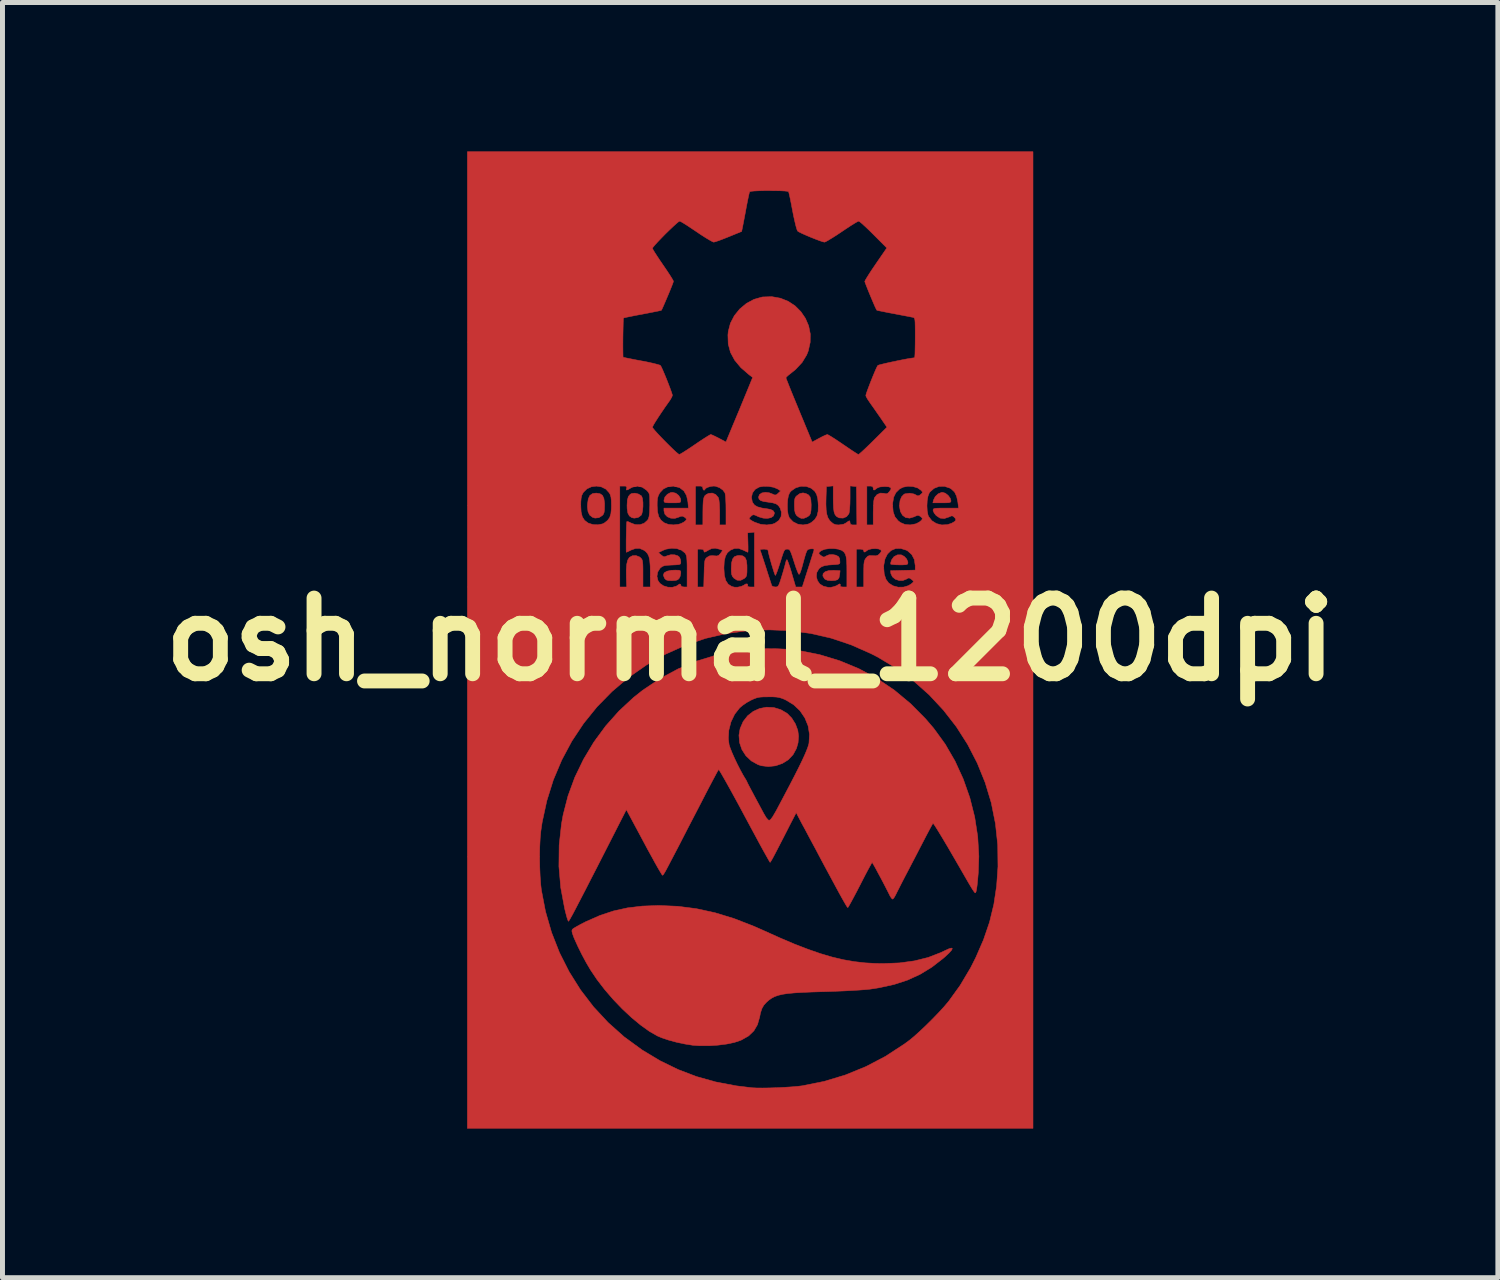
<source format=kicad_pcb>
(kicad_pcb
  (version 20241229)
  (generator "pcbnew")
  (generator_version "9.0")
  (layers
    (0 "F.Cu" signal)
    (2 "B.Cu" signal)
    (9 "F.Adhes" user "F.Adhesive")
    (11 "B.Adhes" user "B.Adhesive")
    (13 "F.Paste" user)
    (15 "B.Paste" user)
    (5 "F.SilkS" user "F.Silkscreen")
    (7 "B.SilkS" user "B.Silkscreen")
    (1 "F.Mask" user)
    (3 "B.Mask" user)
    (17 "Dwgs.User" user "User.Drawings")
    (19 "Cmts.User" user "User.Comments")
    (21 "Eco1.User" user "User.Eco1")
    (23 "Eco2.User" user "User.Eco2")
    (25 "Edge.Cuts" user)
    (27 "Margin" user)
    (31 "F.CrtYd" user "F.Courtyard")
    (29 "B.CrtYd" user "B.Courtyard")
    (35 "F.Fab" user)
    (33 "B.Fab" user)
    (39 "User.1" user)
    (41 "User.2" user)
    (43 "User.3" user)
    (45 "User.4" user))
  (footprint "osh_normal_1200dpi"
    (layer "F.Cu")
    (at 12.054 9.826)
    (property "Reference" "osh_normal_1200dpi" (at 0 0 0) (layer "F.SilkS") (effects (font (size 1.524 1.524) (thickness 0.3))))
    (attr through_hole)
    (fp_poly (pts (xy 1.686 -1.393) (xy 1.81 -1.386) (xy 1.802 -1.312) (xy 1.789 -1.245) (xy 1.761 -1.206) (xy 1.707 -1.189) (xy 1.641 -1.185) (xy 1.561 -1.191) (xy 1.511 -1.211) (xy 1.496 -1.224) (xy 1.463 -1.28) (xy 1.469 -1.328) (xy 1.51 -1.365) (xy 1.581 -1.388) (xy 1.68 -1.393) (xy 1.686 -1.393)) (stroke (width 0.01) (type solid)) (fill yes) (layer "F.Cu"))
    (fp_poly (pts (xy 3.929 -2.946) (xy 3.986 -2.901) (xy 4.028 -2.844) (xy 4.043 -2.792) (xy 4.039 -2.773) (xy 4.023 -2.761) (xy 3.985 -2.754) (xy 3.918 -2.752) (xy 3.861 -2.752) (xy 3.678 -2.752) (xy 3.692 -2.81) (xy 3.726 -2.878) (xy 3.784 -2.933) (xy 3.853 -2.962) (xy 3.873 -2.963) (xy 3.929 -2.946)) (stroke (width 0.01) (type solid)) (fill yes) (layer "F.Cu"))
    (fp_poly (pts (xy -1.498 -2.946) (xy -1.44 -2.901) (xy -1.403 -2.841) (xy -1.397 -2.806) (xy -1.399 -2.779) (xy -1.41 -2.763) (xy -1.438 -2.755) (xy -1.493 -2.752) (xy -1.566 -2.752) (xy -1.65 -2.752) (xy -1.701 -2.756) (xy -1.726 -2.765) (xy -1.735 -2.782) (xy -1.736 -2.806) (xy -1.717 -2.869) (xy -1.668 -2.924) (xy -1.604 -2.958) (xy -1.566 -2.963) (xy -1.498 -2.946)) (stroke (width 0.01) (type solid)) (fill yes) (layer "F.Cu"))
    (fp_poly (pts (xy -1.446 -1.396) (xy -1.412 -1.389) (xy -1.399 -1.37) (xy -1.397 -1.338) (xy -1.409 -1.275) (xy -1.43 -1.232) (xy -1.458 -1.204) (xy -1.499 -1.19) (xy -1.566 -1.185) (xy -1.578 -1.185) (xy -1.648 -1.188) (xy -1.691 -1.2) (xy -1.718 -1.226) (xy -1.725 -1.235) (xy -1.748 -1.295) (xy -1.732 -1.342) (xy -1.677 -1.375) (xy -1.587 -1.394) (xy -1.512 -1.397) (xy -1.446 -1.396)) (stroke (width 0.01) (type solid)) (fill yes) (layer "F.Cu"))
    (fp_poly (pts (xy -3.024 -2.936) (xy -2.974 -2.902) (xy -2.945 -2.839) (xy -2.932 -2.744) (xy -2.932 -2.699) (xy -2.934 -2.612) (xy -2.942 -2.556) (xy -2.958 -2.519) (xy -2.974 -2.5) (xy -3.045 -2.454) (xy -3.123 -2.445) (xy -3.175 -2.461) (xy -3.232 -2.506) (xy -3.265 -2.574) (xy -3.277 -2.671) (xy -3.275 -2.726) (xy -3.26 -2.831) (xy -3.227 -2.901) (xy -3.172 -2.939) (xy -3.099 -2.948) (xy -3.024 -2.936)) (stroke (width 0.01) (type solid)) (fill yes) (layer "F.Cu"))
    (fp_poly (pts (xy 3.041 -1.705) (xy 3.102 -1.673) (xy 3.151 -1.62) (xy 3.175 -1.561) (xy 3.175 -1.552) (xy 3.173 -1.527) (xy 3.16 -1.513) (xy 3.128 -1.506) (xy 3.068 -1.503) (xy 3.007 -1.503) (xy 2.927 -1.505) (xy 2.865 -1.51) (xy 2.831 -1.517) (xy 2.829 -1.519) (xy 2.83 -1.547) (xy 2.845 -1.596) (xy 2.848 -1.604) (xy 2.895 -1.668) (xy 2.963 -1.704) (xy 3.04 -1.705) (xy 3.041 -1.705)) (stroke (width 0.01) (type solid)) (fill yes) (layer "F.Cu"))
    (fp_poly (pts (xy -2.251 -2.93) (xy -2.195 -2.896) (xy -2.185 -2.885) (xy -2.168 -2.837) (xy -2.159 -2.762) (xy -2.159 -2.676) (xy -2.167 -2.592) (xy -2.182 -2.527) (xy -2.196 -2.501) (xy -2.259 -2.456) (xy -2.336 -2.444) (xy -2.385 -2.455) (xy -2.433 -2.489) (xy -2.463 -2.546) (xy -2.477 -2.634) (xy -2.479 -2.699) (xy -2.473 -2.807) (xy -2.452 -2.88) (xy -2.414 -2.925) (xy -2.385 -2.94) (xy -2.321 -2.947) (xy -2.251 -2.93)) (stroke (width 0.01) (type solid)) (fill yes) (layer "F.Cu"))
    (fp_poly (pts (xy -0.15 -1.684) (xy -0.104 -1.652) (xy -0.077 -1.592) (xy -0.065 -1.499) (xy -0.064 -1.441) (xy -0.065 -1.356) (xy -0.07 -1.301) (xy -0.082 -1.267) (xy -0.104 -1.242) (xy -0.119 -1.229) (xy -0.194 -1.191) (xy -0.265 -1.195) (xy -0.329 -1.237) (xy -0.358 -1.272) (xy -0.374 -1.313) (xy -0.38 -1.373) (xy -0.381 -1.429) (xy -0.375 -1.543) (xy -0.354 -1.621) (xy -0.316 -1.669) (xy -0.257 -1.69) (xy -0.217 -1.693) (xy -0.15 -1.684)) (stroke (width 0.01) (type solid)) (fill yes) (layer "F.Cu"))
    (fp_poly (pts (xy 1.122 -2.939) (xy 1.173 -2.913) (xy 1.205 -2.874) (xy 1.222 -2.811) (xy 1.228 -2.717) (xy 1.228 -2.702) (xy 1.225 -2.608) (xy 1.216 -2.546) (xy 1.197 -2.506) (xy 1.163 -2.477) (xy 1.141 -2.465) (xy 1.078 -2.439) (xy 1.027 -2.44) (xy 0.984 -2.46) (xy 0.937 -2.495) (xy 0.908 -2.541) (xy 0.894 -2.608) (xy 0.89 -2.7) (xy 0.891 -2.783) (xy 0.899 -2.835) (xy 0.915 -2.87) (xy 0.937 -2.893) (xy 1.002 -2.94) (xy 1.064 -2.952) (xy 1.122 -2.939)) (stroke (width 0.01) (type solid)) (fill yes) (layer "F.Cu"))
    (fp_poly (pts (xy 0.474 1.369) (xy 0.616 1.412) (xy 0.745 1.488) (xy 0.837 1.582) (xy 0.911 1.7) (xy 0.959 1.83) (xy 0.974 1.944) (xy 0.964 2.079) (xy 0.931 2.194) (xy 0.871 2.305) (xy 0.86 2.322) (xy 0.767 2.421) (xy 0.648 2.495) (xy 0.512 2.542) (xy 0.367 2.558) (xy 0.225 2.541) (xy 0.158 2.519) (xy 0.023 2.444) (xy -0.086 2.341) (xy -0.166 2.216) (xy -0.214 2.076) (xy -0.226 1.927) (xy -0.203 1.794) (xy -0.142 1.652) (xy -0.052 1.536) (xy 0.061 1.447) (xy 0.19 1.389) (xy 0.33 1.362) (xy 0.474 1.369)) (stroke (width 0.01) (type solid)) (fill yes) (layer "F.Cu"))
    (fp_poly (pts (xy -1.457 5.371) (xy -1.083 5.419) (xy -0.707 5.501) (xy -0.324 5.618) (xy 0.07 5.771) (xy 0.265 5.857) (xy 0.594 6.005) (xy 0.892 6.132) (xy 1.165 6.237) (xy 1.416 6.324) (xy 1.653 6.394) (xy 1.878 6.447) (xy 2.097 6.485) (xy 2.315 6.51) (xy 2.537 6.522) (xy 2.678 6.524) (xy 3.006 6.511) (xy 3.307 6.47) (xy 3.584 6.401) (xy 3.842 6.301) (xy 3.917 6.265) (xy 4.002 6.226) (xy 4.053 6.212) (xy 4.07 6.222) (xy 4.054 6.255) (xy 4.005 6.31) (xy 3.923 6.387) (xy 3.88 6.424) (xy 3.655 6.598) (xy 3.42 6.741) (xy 3.17 6.856) (xy 2.897 6.945) (xy 2.596 7.011) (xy 2.416 7.039) (xy 2.33 7.048) (xy 2.209 7.057) (xy 2.061 7.066) (xy 1.892 7.075) (xy 1.711 7.082) (xy 1.523 7.089) (xy 1.471 7.09) (xy 1.24 7.097) (xy 1.048 7.105) (xy 0.888 7.115) (xy 0.757 7.127) (xy 0.651 7.143) (xy 0.564 7.164) (xy 0.493 7.189) (xy 0.432 7.221) (xy 0.378 7.259) (xy 0.331 7.3) (xy 0.275 7.361) (xy 0.236 7.43) (xy 0.207 7.519) (xy 0.191 7.6) (xy 0.147 7.754) (xy 0.074 7.879) (xy -0.032 7.981) (xy -0.173 8.061) (xy -0.197 8.072) (xy -0.322 8.113) (xy -0.477 8.145) (xy -0.651 8.167) (xy -0.833 8.179) (xy -1.01 8.179) (xy -1.154 8.169) (xy -1.313 8.144) (xy -1.479 8.109) (xy -1.639 8.066) (xy -1.779 8.019) (xy -1.867 7.982) (xy -2.029 7.889) (xy -2.205 7.763) (xy -2.389 7.611) (xy -2.574 7.438) (xy -2.755 7.249) (xy -2.927 7.05) (xy -3.084 6.846) (xy -3.213 6.654) (xy -3.3 6.507) (xy -3.389 6.341) (xy -3.472 6.173) (xy -3.541 6.02) (xy -3.555 5.985) (xy -3.581 5.912) (xy -3.59 5.867) (xy -3.582 5.838) (xy -3.577 5.832) (xy -3.549 5.811) (xy -3.491 5.777) (xy -3.411 5.733) (xy -3.316 5.684) (xy -3.294 5.674) (xy -3.024 5.555) (xy -2.753 5.465) (xy -2.472 5.403) (xy -2.173 5.367) (xy -1.846 5.355) (xy -1.834 5.355) (xy -1.457 5.371)) (stroke (width 0.01) (type solid)) (fill yes) (layer "F.Cu"))
    (fp_poly (pts (xy 0.546 0.186) (xy 0.748 0.196) (xy 0.927 0.213) (xy 0.974 0.22) (xy 1.396 0.304) (xy 1.801 0.427) (xy 2.188 0.587) (xy 2.555 0.785) (xy 2.903 1.02) (xy 3.229 1.291) (xy 3.532 1.597) (xy 3.696 1.789) (xy 3.925 2.104) (xy 4.123 2.445) (xy 4.289 2.807) (xy 4.422 3.185) (xy 4.52 3.573) (xy 4.581 3.968) (xy 4.604 4.362) (xy 4.593 4.69) (xy 4.58 4.839) (xy 4.569 4.95) (xy 4.558 5.027) (xy 4.548 5.075) (xy 4.536 5.098) (xy 4.529 5.101) (xy 4.513 5.084) (xy 4.48 5.037) (xy 4.437 4.967) (xy 4.388 4.884) (xy 4.229 4.608) (xy 4.09 4.368) (xy 3.972 4.165) (xy 3.873 3.999) (xy 3.795 3.87) (xy 3.737 3.777) (xy 3.699 3.72) (xy 3.681 3.7) (xy 3.68 3.7) (xy 3.666 3.723) (xy 3.636 3.777) (xy 3.594 3.856) (xy 3.542 3.954) (xy 3.491 4.053) (xy 3.417 4.195) (xy 3.335 4.354) (xy 3.251 4.515) (xy 3.175 4.661) (xy 3.149 4.71) (xy 3.09 4.823) (xy 3.034 4.932) (xy 2.986 5.027) (xy 2.95 5.098) (xy 2.936 5.127) (xy 2.906 5.183) (xy 2.879 5.219) (xy 2.868 5.227) (xy 2.846 5.21) (xy 2.818 5.167) (xy 2.814 5.159) (xy 2.777 5.085) (xy 2.731 4.995) (xy 2.68 4.896) (xy 2.626 4.794) (xy 2.573 4.696) (xy 2.527 4.61) (xy 2.489 4.542) (xy 2.464 4.5) (xy 2.455 4.488) (xy 2.443 4.506) (xy 2.415 4.557) (xy 2.372 4.635) (xy 2.319 4.735) (xy 2.258 4.853) (xy 2.212 4.943) (xy 2.147 5.069) (xy 2.087 5.182) (xy 2.036 5.277) (xy 1.997 5.347) (xy 1.972 5.389) (xy 1.965 5.397) (xy 1.954 5.386) (xy 1.932 5.352) (xy 1.897 5.292) (xy 1.847 5.204) (xy 1.783 5.088) (xy 1.704 4.942) (xy 1.607 4.762) (xy 1.492 4.549) (xy 1.386 4.35) (xy 1.314 4.213) (xy 1.243 4.082) (xy 1.179 3.962) (xy 1.126 3.862) (xy 1.086 3.787) (xy 1.069 3.757) (xy 1.027 3.679) (xy 0.988 3.604) (xy 0.964 3.558) (xy 0.927 3.486) (xy 0.802 3.727) (xy 0.741 3.847) (xy 0.67 3.986) (xy 0.598 4.125) (xy 0.545 4.228) (xy 0.496 4.322) (xy 0.454 4.401) (xy 0.421 4.458) (xy 0.403 4.486) (xy 0.401 4.487) (xy 0.389 4.469) (xy 0.359 4.417) (xy 0.313 4.335) (xy 0.252 4.226) (xy 0.18 4.094) (xy 0.098 3.941) (xy 0.007 3.773) (xy -0.09 3.592) (xy -0.116 3.544) (xy -0.214 3.361) (xy -0.307 3.19) (xy -0.392 3.035) (xy -0.467 2.9) (xy -0.531 2.787) (xy -0.581 2.7) (xy -0.616 2.643) (xy -0.634 2.619) (xy -0.635 2.618) (xy -0.644 2.632) (xy -0.661 2.66) (xy -0.686 2.706) (xy -0.721 2.772) (xy -0.768 2.86) (xy -0.828 2.974) (xy -0.901 3.114) (xy -0.989 3.285) (xy -1.094 3.488) (xy -1.217 3.725) (xy -1.245 3.778) (xy -1.356 3.994) (xy -1.449 4.175) (xy -1.527 4.324) (xy -1.59 4.444) (xy -1.64 4.54) (xy -1.678 4.612) (xy -1.707 4.666) (xy -1.729 4.702) (xy -1.743 4.726) (xy -1.754 4.739) (xy -1.761 4.744) (xy -1.766 4.746) (xy -1.767 4.746) (xy -1.781 4.727) (xy -1.812 4.676) (xy -1.859 4.596) (xy -1.918 4.491) (xy -1.987 4.365) (xy -2.065 4.224) (xy -2.139 4.085) (xy -2.493 3.425) (xy -2.826 4.078) (xy -2.974 4.368) (xy -3.104 4.623) (xy -3.218 4.844) (xy -3.315 5.034) (xy -3.398 5.194) (xy -3.467 5.327) (xy -3.523 5.435) (xy -3.568 5.52) (xy -3.603 5.583) (xy -3.628 5.628) (xy -3.646 5.657) (xy -3.656 5.671) (xy -3.659 5.673) (xy -3.67 5.653) (xy -3.688 5.601) (xy -3.709 5.523) (xy -3.733 5.427) (xy -3.734 5.425) (xy -3.814 4.996) (xy -3.851 4.568) (xy -3.846 4.14) (xy -3.799 3.713) (xy -3.766 3.53) (xy -3.668 3.149) (xy -3.531 2.775) (xy -3.356 2.413) (xy -3.148 2.066) (xy -3.096 1.995) (xy -0.44 1.995) (xy -0.424 2.119) (xy -0.402 2.186) (xy -0.365 2.279) (xy -0.316 2.39) (xy -0.26 2.507) (xy -0.202 2.621) (xy -0.147 2.722) (xy -0.115 2.776) (xy -0.084 2.826) (xy -0.066 2.86) (xy -0.064 2.866) (xy -0.054 2.888) (xy -0.028 2.939) (xy 0.011 3.013) (xy 0.059 3.103) (xy 0.071 3.126) (xy 0.129 3.234) (xy 0.187 3.342) (xy 0.238 3.437) (xy 0.276 3.508) (xy 0.323 3.587) (xy 0.363 3.632) (xy 0.383 3.641) (xy 0.412 3.623) (xy 0.453 3.568) (xy 0.508 3.474) (xy 0.536 3.424) (xy 0.673 3.165) (xy 0.791 2.941) (xy 0.891 2.748) (xy 0.974 2.584) (xy 1.041 2.447) (xy 1.094 2.333) (xy 1.133 2.241) (xy 1.161 2.167) (xy 1.179 2.109) (xy 1.184 2.085) (xy 1.194 1.909) (xy 1.166 1.738) (xy 1.101 1.578) (xy 1.003 1.434) (xy 0.874 1.312) (xy 0.724 1.221) (xy 0.654 1.189) (xy 0.595 1.17) (xy 0.535 1.159) (xy 0.457 1.154) (xy 0.37 1.154) (xy 0.269 1.155) (xy 0.195 1.16) (xy 0.135 1.172) (xy 0.076 1.194) (xy 0.018 1.22) (xy -0.069 1.268) (xy -0.154 1.327) (xy -0.212 1.376) (xy -0.313 1.505) (xy -0.387 1.659) (xy -0.43 1.826) (xy -0.44 1.995) (xy -3.096 1.995) (xy -2.909 1.74) (xy -2.641 1.439) (xy -2.348 1.167) (xy -2.164 1.021) (xy -1.816 0.787) (xy -1.453 0.592) (xy -1.074 0.433) (xy -0.674 0.311) (xy -0.251 0.223) (xy -0.233 0.22) (xy -0.069 0.201) (xy 0.125 0.189) (xy 0.334 0.184) (xy 0.546 0.186)) (stroke (width 0.01) (type solid)) (fill yes) (layer "F.Cu"))
    (fp_poly (pts (xy 5.694 9.842) (xy -5.694 9.842) (xy -5.694 4.376) (xy -4.24 4.376) (xy -4.237 4.576) (xy -4.229 4.768) (xy -4.216 4.94) (xy -4.205 5.039) (xy -4.121 5.476) (xy -3.999 5.898) (xy -3.84 6.303) (xy -3.645 6.689) (xy -3.416 7.054) (xy -3.154 7.396) (xy -2.86 7.712) (xy -2.537 8) (xy -2.184 8.258) (xy -2.17 8.267) (xy -1.814 8.481) (xy -1.453 8.657) (xy -1.081 8.799) (xy -0.691 8.908) (xy -0.28 8.986) (xy 0.042 9.025) (xy 0.131 9.029) (xy 0.25 9.03) (xy 0.392 9.028) (xy 0.544 9.023) (xy 0.698 9.015) (xy 0.842 9.006) (xy 0.965 8.995) (xy 1.048 8.985) (xy 1.49 8.896) (xy 1.917 8.767) (xy 2.328 8.599) (xy 2.722 8.393) (xy 3.098 8.148) (xy 3.207 8.068) (xy 3.302 7.99) (xy 3.416 7.887) (xy 3.542 7.768) (xy 3.67 7.641) (xy 3.793 7.514) (xy 3.903 7.394) (xy 3.991 7.29) (xy 3.993 7.288) (xy 4.227 6.964) (xy 4.438 6.609) (xy 4.542 6.403) (xy 4.698 6.044) (xy 4.819 5.69) (xy 4.906 5.332) (xy 4.962 4.959) (xy 4.989 4.572) (xy 4.984 4.136) (xy 4.938 3.707) (xy 4.854 3.287) (xy 4.731 2.88) (xy 4.572 2.488) (xy 4.378 2.112) (xy 4.151 1.756) (xy 3.891 1.422) (xy 3.602 1.112) (xy 3.282 0.828) (xy 2.936 0.574) (xy 2.563 0.351) (xy 2.434 0.285) (xy 2.034 0.108) (xy 1.629 -0.028) (xy 1.215 -0.123) (xy 0.79 -0.179) (xy 0.381 -0.195) (xy -0.061 -0.176) (xy -0.486 -0.119) (xy -0.898 -0.023) (xy -1.299 0.113) (xy -1.693 0.29) (xy -1.704 0.295) (xy -2.09 0.514) (xy -2.45 0.765) (xy -2.781 1.046) (xy -3.083 1.354) (xy -3.353 1.688) (xy -3.591 2.046) (xy -3.794 2.426) (xy -3.963 2.826) (xy -4.094 3.244) (xy -4.188 3.677) (xy -4.214 3.852) (xy -4.228 4.001) (xy -4.237 4.18) (xy -4.24 4.376) (xy -5.694 4.376) (xy -5.694 -2.7) (xy -3.411 -2.7) (xy -3.404 -2.569) (xy -3.38 -2.471) (xy -3.335 -2.4) (xy -3.268 -2.349) (xy -3.254 -2.342) (xy -3.164 -2.314) (xy -3.065 -2.31) (xy -2.974 -2.328) (xy -2.935 -2.347) (xy -2.871 -2.398) (xy -2.829 -2.455) (xy -2.805 -2.531) (xy -2.795 -2.633) (xy -2.794 -2.696) (xy -2.796 -2.797) (xy -2.803 -2.866) (xy -2.818 -2.918) (xy -2.837 -2.953) (xy -2.905 -3.028) (xy -2.995 -3.073) (xy -3.095 -3.089) (xy -3.195 -3.076) (xy -3.287 -3.034) (xy -3.359 -2.963) (xy -3.366 -2.951) (xy -3.39 -2.904) (xy -3.403 -2.849) (xy -3.41 -2.772) (xy -3.411 -2.7) (xy -5.694 -2.7) (xy -5.694 -3.09) (xy -2.625 -3.09) (xy -2.625 -1.058) (xy -2.487 -1.058) (xy -2.494 -1.243) (xy -2.495 -1.398) (xy -2.486 -1.515) (xy -2.466 -1.599) (xy -2.433 -1.652) (xy -2.433 -1.653) (xy -2.371 -1.687) (xy -2.298 -1.69) (xy -2.228 -1.663) (xy -2.208 -1.647) (xy -2.188 -1.626) (xy -2.174 -1.601) (xy -2.166 -1.564) (xy -2.161 -1.508) (xy -2.159 -1.425) (xy -2.159 -1.33) (xy -2.159 -1.058) (xy -2.011 -1.058) (xy -2.011 -1.273) (xy -1.877 -1.273) (xy -1.857 -1.188) (xy -1.818 -1.131) (xy -1.745 -1.081) (xy -1.656 -1.054) (xy -1.565 -1.052) (xy -1.486 -1.075) (xy -1.459 -1.093) (xy -1.419 -1.119) (xy -1.4 -1.11) (xy -1.397 -1.09) (xy -1.378 -1.065) (xy -1.333 -1.058) (xy -1.27 -1.058) (xy -1.27 -1.373) (xy -1.27 -1.497) (xy -1.273 -1.586) (xy -1.277 -1.647) (xy -1.285 -1.689) (xy -1.297 -1.719) (xy -1.313 -1.743) (xy -1.383 -1.799) (xy -1.445 -1.82) (xy -1.058 -1.82) (xy -1.058 -1.058) (xy -0.935 -1.058) (xy -0.928 -1.335) (xy -0.925 -1.439) (xy -0.529 -1.439) (xy -0.52 -1.296) (xy -0.492 -1.188) (xy -0.442 -1.113) (xy -0.371 -1.068) (xy -0.316 -1.054) (xy -0.251 -1.054) (xy -0.182 -1.069) (xy -0.128 -1.093) (xy -0.119 -1.1) (xy -0.085 -1.12) (xy -0.056 -1.118) (xy -0.048 -1.095) (xy -0.05 -1.09) (xy -0.049 -1.068) (xy -0.017 -1.059) (xy 0.011 -1.058) (xy 0.085 -1.058) (xy 0.085 -1.803) (xy 0.198 -1.803) (xy 0.208 -1.779) (xy 0.228 -1.72) (xy 0.256 -1.636) (xy 0.29 -1.532) (xy 0.317 -1.449) (xy 0.353 -1.335) (xy 0.386 -1.234) (xy 0.412 -1.154) (xy 0.429 -1.101) (xy 0.434 -1.085) (xy 0.459 -1.066) (xy 0.506 -1.058) (xy 0.535 -1.06) (xy 0.557 -1.07) (xy 0.575 -1.096) (xy 0.595 -1.145) (xy 0.621 -1.224) (xy 0.634 -1.267) (xy 0.663 -1.362) (xy 0.688 -1.45) (xy 0.706 -1.517) (xy 0.712 -1.542) (xy 0.725 -1.588) (xy 0.739 -1.609) (xy 0.74 -1.609) (xy 0.751 -1.59) (xy 0.771 -1.537) (xy 0.798 -1.459) (xy 0.828 -1.362) (xy 0.836 -1.333) (xy 0.917 -1.058) (xy 1.049 -1.058) (xy 1.116 -1.268) (xy 1.332 -1.268) (xy 1.354 -1.186) (xy 1.402 -1.118) (xy 1.474 -1.074) (xy 1.496 -1.068) (xy 1.547 -1.056) (xy 1.577 -1.049) (xy 1.62 -1.05) (xy 1.68 -1.063) (xy 1.735 -1.082) (xy 1.764 -1.099) (xy 1.797 -1.12) (xy 1.815 -1.113) (xy 1.813 -1.09) (xy 1.814 -1.068) (xy 1.846 -1.059) (xy 1.874 -1.058) (xy 1.947 -1.058) (xy 1.947 -1.353) (xy 1.946 -1.492) (xy 1.941 -1.595) (xy 1.931 -1.669) (xy 1.915 -1.721) (xy 1.89 -1.759) (xy 1.855 -1.788) (xy 1.849 -1.793) (xy 1.782 -1.818) (xy 1.769 -1.82) (xy 2.138 -1.82) (xy 2.138 -1.058) (xy 2.286 -1.058) (xy 2.286 -1.32) (xy 2.287 -1.432) (xy 2.288 -1.455) (xy 2.688 -1.455) (xy 2.699 -1.318) (xy 2.733 -1.213) (xy 2.789 -1.137) (xy 2.875 -1.082) (xy 2.98 -1.054) (xy 3.091 -1.056) (xy 3.186 -1.085) (xy 3.238 -1.117) (xy 3.264 -1.138) (xy 3.287 -1.162) (xy 3.28 -1.183) (xy 3.249 -1.211) (xy 3.209 -1.237) (xy 3.179 -1.237) (xy 3.149 -1.218) (xy 3.076 -1.189) (xy 2.997 -1.189) (xy 2.922 -1.214) (xy 2.864 -1.262) (xy 2.833 -1.326) (xy 2.832 -1.333) (xy 2.826 -1.386) (xy 3.074 -1.392) (xy 3.323 -1.398) (xy 3.323 -1.488) (xy 3.305 -1.611) (xy 3.253 -1.711) (xy 3.171 -1.784) (xy 3.144 -1.799) (xy 3.031 -1.834) (xy 2.927 -1.831) (xy 2.837 -1.793) (xy 2.764 -1.722) (xy 2.714 -1.622) (xy 2.69 -1.497) (xy 2.688 -1.455) (xy 2.288 -1.455) (xy 2.289 -1.51) (xy 2.296 -1.563) (xy 2.307 -1.6) (xy 2.323 -1.629) (xy 2.332 -1.64) (xy 2.367 -1.677) (xy 2.405 -1.691) (xy 2.465 -1.688) (xy 2.468 -1.688) (xy 2.532 -1.685) (xy 2.575 -1.7) (xy 2.606 -1.728) (xy 2.637 -1.767) (xy 2.636 -1.794) (xy 2.628 -1.805) (xy 2.584 -1.824) (xy 2.517 -1.831) (xy 2.444 -1.826) (xy 2.382 -1.81) (xy 2.355 -1.794) (xy 2.312 -1.762) (xy 2.291 -1.764) (xy 2.286 -1.789) (xy 2.27 -1.812) (xy 2.219 -1.82) (xy 2.212 -1.82) (xy 2.138 -1.82) (xy 1.769 -1.82) (xy 1.692 -1.831) (xy 1.593 -1.831) (xy 1.503 -1.818) (xy 1.436 -1.792) (xy 1.434 -1.791) (xy 1.39 -1.757) (xy 1.382 -1.732) (xy 1.41 -1.702) (xy 1.43 -1.687) (xy 1.47 -1.662) (xy 1.501 -1.664) (xy 1.529 -1.682) (xy 1.589 -1.707) (xy 1.659 -1.711) (xy 1.726 -1.698) (xy 1.778 -1.67) (xy 1.802 -1.629) (xy 1.802 -1.626) (xy 1.806 -1.571) (xy 1.807 -1.55) (xy 1.801 -1.528) (xy 1.774 -1.516) (xy 1.716 -1.509) (xy 1.693 -1.508) (xy 1.577 -1.5) (xy 1.495 -1.487) (xy 1.436 -1.465) (xy 1.393 -1.433) (xy 1.384 -1.424) (xy 1.341 -1.35) (xy 1.332 -1.268) (xy 1.116 -1.268) (xy 1.162 -1.413) (xy 1.2 -1.53) (xy 1.233 -1.635) (xy 1.26 -1.72) (xy 1.278 -1.778) (xy 1.285 -1.8) (xy 1.283 -1.822) (xy 1.254 -1.827) (xy 1.218 -1.825) (xy 1.19 -1.821) (xy 1.169 -1.815) (xy 1.151 -1.801) (xy 1.135 -1.772) (xy 1.117 -1.723) (xy 1.095 -1.649) (xy 1.066 -1.544) (xy 1.042 -1.454) (xy 1.02 -1.383) (xy 1 -1.331) (xy 0.984 -1.31) (xy 0.984 -1.31) (xy 0.97 -1.329) (xy 0.948 -1.38) (xy 0.919 -1.457) (xy 0.888 -1.552) (xy 0.884 -1.565) (xy 0.85 -1.67) (xy 0.825 -1.742) (xy 0.805 -1.786) (xy 0.787 -1.81) (xy 0.767 -1.819) (xy 0.745 -1.82) (xy 0.72 -1.818) (xy 0.701 -1.809) (xy 0.683 -1.784) (xy 0.664 -1.739) (xy 0.639 -1.666) (xy 0.606 -1.559) (xy 0.605 -1.556) (xy 0.573 -1.457) (xy 0.545 -1.376) (xy 0.522 -1.318) (xy 0.509 -1.292) (xy 0.507 -1.291) (xy 0.497 -1.31) (xy 0.479 -1.36) (xy 0.456 -1.433) (xy 0.43 -1.518) (xy 0.405 -1.606) (xy 0.383 -1.687) (xy 0.367 -1.753) (xy 0.36 -1.793) (xy 0.36 -1.796) (xy 0.341 -1.812) (xy 0.29 -1.82) (xy 0.274 -1.82) (xy 0.223 -1.817) (xy 0.199 -1.808) (xy 0.198 -1.803) (xy 0.085 -1.803) (xy 0.085 -2.162) (xy 0.017 -2.155) (xy -0.051 -2.148) (xy -0.045 -1.953) (xy -0.043 -1.867) (xy -0.043 -1.801) (xy -0.045 -1.763) (xy -0.047 -1.757) (xy -0.069 -1.766) (xy -0.115 -1.788) (xy -0.138 -1.799) (xy -0.231 -1.834) (xy -0.312 -1.835) (xy -0.394 -1.801) (xy -0.398 -1.799) (xy -0.459 -1.747) (xy -0.499 -1.675) (xy -0.522 -1.575) (xy -0.529 -1.442) (xy -0.529 -1.439) (xy -0.925 -1.439) (xy -0.924 -1.449) (xy -0.92 -1.528) (xy -0.914 -1.58) (xy -0.904 -1.613) (xy -0.889 -1.636) (xy -0.868 -1.655) (xy -0.818 -1.684) (xy -0.758 -1.689) (xy -0.729 -1.686) (xy -0.67 -1.682) (xy -0.633 -1.695) (xy -0.599 -1.732) (xy -0.597 -1.735) (xy -0.552 -1.796) (xy -0.618 -1.819) (xy -0.704 -1.839) (xy -0.777 -1.831) (xy -0.842 -1.799) (xy -0.895 -1.768) (xy -0.921 -1.759) (xy -0.93 -1.772) (xy -0.931 -1.789) (xy -0.95 -1.814) (xy -0.995 -1.82) (xy -1.058 -1.82) (xy -1.445 -1.82) (xy -1.477 -1.831) (xy -1.584 -1.838) (xy -1.695 -1.819) (xy -1.753 -1.796) (xy -1.848 -1.75) (xy -1.792 -1.702) (xy -1.751 -1.671) (xy -1.719 -1.667) (xy -1.672 -1.686) (xy -1.671 -1.687) (xy -1.599 -1.707) (xy -1.522 -1.706) (xy -1.456 -1.685) (xy -1.424 -1.658) (xy -1.403 -1.609) (xy -1.397 -1.564) (xy -1.398 -1.537) (xy -1.408 -1.519) (xy -1.435 -1.509) (xy -1.487 -1.504) (xy -1.573 -1.5) (xy -1.576 -1.5) (xy -1.667 -1.495) (xy -1.726 -1.487) (xy -1.766 -1.473) (xy -1.799 -1.449) (xy -1.815 -1.434) (xy -1.862 -1.359) (xy -1.877 -1.273) (xy -2.011 -1.273) (xy -2.011 -1.334) (xy -2.013 -1.479) (xy -2.022 -1.588) (xy -2.038 -1.668) (xy -2.065 -1.727) (xy -2.103 -1.771) (xy -2.142 -1.799) (xy -2.224 -1.834) (xy -2.305 -1.835) (xy -2.397 -1.802) (xy -2.402 -1.799) (xy -2.454 -1.774) (xy -2.488 -1.758) (xy -2.493 -1.757) (xy -2.496 -1.776) (xy -2.497 -1.829) (xy -2.497 -1.907) (xy -2.497 -1.999) (xy -2.495 -2.098) (xy -2.493 -2.193) (xy -2.491 -2.277) (xy -2.488 -2.34) (xy -2.484 -2.373) (xy -2.484 -2.375) (xy -2.462 -2.375) (xy -2.42 -2.356) (xy -2.407 -2.349) (xy -2.315 -2.314) (xy -2.221 -2.312) (xy -2.135 -2.341) (xy -2.069 -2.4) (xy -2.052 -2.425) (xy -2.036 -2.476) (xy -2.026 -2.557) (xy -2.022 -2.674) (xy -2.021 -2.699) (xy -1.873 -2.699) (xy -1.865 -2.57) (xy -1.841 -2.474) (xy -1.796 -2.403) (xy -1.729 -2.349) (xy -1.646 -2.318) (xy -1.544 -2.308) (xy -1.441 -2.32) (xy -1.391 -2.336) (xy -1.336 -2.364) (xy -1.297 -2.395) (xy -1.296 -2.396) (xy -1.283 -2.424) (xy -1.301 -2.448) (xy -1.321 -2.463) (xy -1.363 -2.484) (xy -1.4 -2.481) (xy -1.433 -2.466) (xy -1.516 -2.439) (xy -1.598 -2.443) (xy -1.668 -2.472) (xy -1.717 -2.523) (xy -1.736 -2.591) (xy -1.736 -2.592) (xy -1.736 -2.646) (xy -1.243 -2.646) (xy -1.254 -2.772) (xy -1.281 -2.898) (xy -1.335 -2.992) (xy -1.417 -3.055) (xy -1.431 -3.061) (xy -1.544 -3.088) (xy -1.652 -3.078) (xy -1.746 -3.033) (xy -1.82 -2.954) (xy -1.822 -2.95) (xy -1.849 -2.899) (xy -1.865 -2.846) (xy -1.872 -2.777) (xy -1.873 -2.699) (xy -2.021 -2.699) (xy -2.021 -2.712) (xy -2.022 -2.813) (xy -2.024 -2.882) (xy -2.031 -2.927) (xy -2.045 -2.959) (xy -2.067 -2.986) (xy -2.087 -3.007) (xy -2.173 -3.067) (xy -2.269 -3.088) (xy -2.367 -3.069) (xy -2.403 -3.051) (xy -2.46 -3.018) (xy -2.488 -3.009) (xy -2.494 -3.021) (xy -2.487 -3.048) (xy -2.484 -3.076) (xy -2.504 -3.088) (xy -2.549 -3.09) (xy -1.101 -3.09) (xy -1.101 -2.307) (xy -0.953 -2.307) (xy -0.952 -2.577) (xy -0.95 -2.702) (xy -0.945 -2.791) (xy -0.933 -2.853) (xy -0.914 -2.894) (xy -0.883 -2.92) (xy -0.84 -2.941) (xy -0.838 -2.942) (xy -0.764 -2.949) (xy -0.695 -2.92) (xy -0.643 -2.86) (xy -0.641 -2.857) (xy -0.628 -2.807) (xy -0.619 -2.719) (xy -0.614 -2.598) (xy -0.614 -2.556) (xy -0.614 -2.307) (xy -0.487 -2.307) (xy -0.487 -2.433) (xy -0.021 -2.433) (xy -0.004 -2.416) (xy 0.041 -2.387) (xy 0.089 -2.362) (xy 0.209 -2.32) (xy 0.335 -2.307) (xy 0.453 -2.324) (xy 0.5 -2.342) (xy 0.579 -2.399) (xy 0.623 -2.477) (xy 0.629 -2.566) (xy 0.603 -2.646) (xy 0.569 -2.697) (xy 0.553 -2.709) (xy 0.748 -2.709) (xy 0.751 -2.606) (xy 0.764 -2.516) (xy 0.788 -2.451) (xy 0.79 -2.448) (xy 0.863 -2.371) (xy 0.958 -2.323) (xy 1.063 -2.307) (xy 1.167 -2.324) (xy 1.23 -2.355) (xy 1.3 -2.415) (xy 1.345 -2.487) (xy 1.368 -2.58) (xy 1.371 -2.704) (xy 1.37 -2.723) (xy 1.37 -2.727) (xy 1.525 -2.727) (xy 1.53 -2.609) (xy 1.543 -2.521) (xy 1.565 -2.453) (xy 1.598 -2.4) (xy 1.619 -2.377) (xy 1.673 -2.331) (xy 1.726 -2.311) (xy 1.784 -2.307) (xy 1.881 -2.322) (xy 1.932 -2.349) (xy 1.973 -2.379) (xy 1.998 -2.392) (xy 1.998 -2.392) (xy 2.008 -2.374) (xy 2.011 -2.349) (xy 2.02 -2.319) (xy 2.054 -2.308) (xy 2.08 -2.307) (xy 2.148 -2.307) (xy 2.144 -2.693) (xy 2.139 -3.08) (xy 2.075 -3.086) (xy 2.037 -3.09) (xy 2.349 -3.09) (xy 2.349 -2.307) (xy 2.477 -2.307) (xy 2.477 -2.556) (xy 2.48 -2.685) (xy 2.481 -2.699) (xy 2.868 -2.699) (xy 2.879 -2.57) (xy 2.915 -2.47) (xy 2.979 -2.391) (xy 3.026 -2.355) (xy 3.116 -2.317) (xy 3.222 -2.308) (xy 3.329 -2.328) (xy 3.35 -2.336) (xy 3.407 -2.366) (xy 3.448 -2.4) (xy 3.449 -2.401) (xy 3.467 -2.431) (xy 3.455 -2.455) (xy 3.431 -2.475) (xy 3.398 -2.496) (xy 3.368 -2.499) (xy 3.325 -2.483) (xy 3.301 -2.471) (xy 3.21 -2.444) (xy 3.13 -2.456) (xy 3.067 -2.502) (xy 3.024 -2.579) (xy 3.006 -2.684) (xy 3.006 -2.692) (xy 3.559 -2.692) (xy 3.564 -2.591) (xy 3.58 -2.507) (xy 3.592 -2.477) (xy 3.658 -2.392) (xy 3.75 -2.334) (xy 3.857 -2.307) (xy 3.971 -2.313) (xy 4.056 -2.341) (xy 4.117 -2.376) (xy 4.141 -2.405) (xy 4.13 -2.438) (xy 4.112 -2.459) (xy 4.08 -2.486) (xy 4.051 -2.489) (xy 4.005 -2.468) (xy 4.004 -2.468) (xy 3.908 -2.436) (xy 3.822 -2.445) (xy 3.745 -2.496) (xy 3.745 -2.496) (xy 3.705 -2.546) (xy 3.684 -2.592) (xy 3.683 -2.602) (xy 3.685 -2.62) (xy 3.696 -2.633) (xy 3.723 -2.64) (xy 3.773 -2.644) (xy 3.854 -2.646) (xy 3.939 -2.646) (xy 4.196 -2.646) (xy 4.181 -2.768) (xy 4.156 -2.885) (xy 4.114 -2.971) (xy 4.048 -3.032) (xy 4.017 -3.05) (xy 3.909 -3.085) (xy 3.801 -3.082) (xy 3.702 -3.044) (xy 3.622 -2.973) (xy 3.606 -2.952) (xy 3.58 -2.887) (xy 3.564 -2.795) (xy 3.559 -2.692) (xy 3.006 -2.692) (xy 3.006 -2.699) (xy 3.017 -2.797) (xy 3.049 -2.875) (xy 3.098 -2.925) (xy 3.116 -2.933) (xy 3.21 -2.946) (xy 3.298 -2.93) (xy 3.334 -2.912) (xy 3.373 -2.892) (xy 3.404 -2.899) (xy 3.432 -2.92) (xy 3.465 -2.95) (xy 3.467 -2.972) (xy 3.442 -3.003) (xy 3.372 -3.052) (xy 3.278 -3.08) (xy 3.176 -3.086) (xy 3.078 -3.067) (xy 3.009 -3.032) (xy 2.934 -2.958) (xy 2.889 -2.866) (xy 2.869 -2.747) (xy 2.868 -2.699) (xy 2.481 -2.699) (xy 2.487 -2.784) (xy 2.499 -2.846) (xy 2.504 -2.857) (xy 2.554 -2.918) (xy 2.622 -2.948) (xy 2.694 -2.944) (xy 2.698 -2.942) (xy 2.74 -2.933) (xy 2.773 -2.947) (xy 2.804 -2.979) (xy 2.835 -3.026) (xy 2.832 -3.056) (xy 2.793 -3.074) (xy 2.714 -3.08) (xy 2.7 -3.08) (xy 2.609 -3.072) (xy 2.552 -3.048) (xy 2.546 -3.043) (xy 2.504 -3.011) (xy 2.482 -3.013) (xy 2.477 -3.048) (xy 2.467 -3.079) (xy 2.429 -3.09) (xy 2.413 -3.09) (xy 2.349 -3.09) (xy 2.037 -3.09) (xy 2.011 -3.093) (xy 2.011 -2.839) (xy 2.009 -2.73) (xy 2.003 -2.635) (xy 1.995 -2.565) (xy 1.987 -2.532) (xy 1.94 -2.474) (xy 1.871 -2.445) (xy 1.795 -2.449) (xy 1.781 -2.454) (xy 1.739 -2.478) (xy 1.709 -2.514) (xy 1.689 -2.568) (xy 1.678 -2.648) (xy 1.673 -2.759) (xy 1.672 -2.839) (xy 1.672 -3.093) (xy 1.535 -3.08) (xy 1.528 -2.879) (xy 1.525 -2.727) (xy 1.37 -2.727) (xy 1.36 -2.839) (xy 1.337 -2.924) (xy 1.299 -2.987) (xy 1.24 -3.037) (xy 1.221 -3.049) (xy 1.125 -3.084) (xy 1.02 -3.085) (xy 0.918 -3.055) (xy 0.83 -2.995) (xy 0.795 -2.956) (xy 0.77 -2.897) (xy 0.754 -2.81) (xy 0.748 -2.709) (xy 0.553 -2.709) (xy 0.524 -2.73) (xy 0.458 -2.751) (xy 0.367 -2.765) (xy 0.271 -2.779) (xy 0.211 -2.798) (xy 0.179 -2.826) (xy 0.169 -2.866) (xy 0.169 -2.868) (xy 0.187 -2.918) (xy 0.235 -2.951) (xy 0.304 -2.964) (xy 0.382 -2.955) (xy 0.448 -2.93) (xy 0.494 -2.91) (xy 0.525 -2.913) (xy 0.562 -2.943) (xy 0.563 -2.945) (xy 0.614 -2.992) (xy 0.552 -3.032) (xy 0.473 -3.065) (xy 0.371 -3.083) (xy 0.267 -3.085) (xy 0.181 -3.07) (xy 0.099 -3.023) (xy 0.046 -2.951) (xy 0.026 -2.865) (xy 0.042 -2.774) (xy 0.052 -2.754) (xy 0.089 -2.705) (xy 0.149 -2.671) (xy 0.237 -2.647) (xy 0.317 -2.636) (xy 0.407 -2.62) (xy 0.46 -2.596) (xy 0.484 -2.561) (xy 0.487 -2.539) (xy 0.469 -2.488) (xy 0.419 -2.454) (xy 0.348 -2.439) (xy 0.263 -2.444) (xy 0.173 -2.47) (xy 0.154 -2.479) (xy 0.097 -2.505) (xy 0.064 -2.512) (xy 0.038 -2.502) (xy 0.02 -2.486) (xy -0.011 -2.453) (xy -0.021 -2.433) (xy -0.487 -2.433) (xy -0.487 -2.602) (xy -0.488 -2.714) (xy -0.492 -2.815) (xy -0.498 -2.895) (xy -0.506 -2.945) (xy -0.507 -2.951) (xy -0.549 -3.009) (xy -0.616 -3.057) (xy -0.695 -3.086) (xy -0.735 -3.09) (xy -0.796 -3.083) (xy -0.855 -3.065) (xy -0.898 -3.042) (xy -0.91 -3.023) (xy -0.926 -3.006) (xy -0.931 -3.006) (xy -0.949 -3.023) (xy -0.953 -3.048) (xy -0.961 -3.077) (xy -0.993 -3.089) (xy -1.027 -3.09) (xy -1.101 -3.09) (xy -2.549 -3.09) (xy -2.625 -3.09) (xy -5.694 -3.09) (xy -5.694 -5.882) (xy -2.563 -5.882) (xy -2.562 -5.792) (xy -2.561 -5.724) (xy -2.559 -5.688) (xy -2.558 -5.684) (xy -2.536 -5.678) (xy -2.479 -5.666) (xy -2.394 -5.649) (xy -2.288 -5.628) (xy -2.191 -5.61) (xy -2.071 -5.587) (xy -1.966 -5.564) (xy -1.882 -5.543) (xy -1.826 -5.527) (xy -1.807 -5.518) (xy -1.79 -5.489) (xy -1.762 -5.429) (xy -1.727 -5.347) (xy -1.688 -5.253) (xy -1.65 -5.156) (xy -1.615 -5.064) (xy -1.587 -4.987) (xy -1.57 -4.934) (xy -1.566 -4.916) (xy -1.578 -4.883) (xy -1.608 -4.829) (xy -1.637 -4.787) (xy -1.713 -4.68) (xy -1.785 -4.574) (xy -1.851 -4.475) (xy -1.906 -4.389) (xy -1.946 -4.323) (xy -1.966 -4.281) (xy -1.968 -4.273) (xy -1.954 -4.25) (xy -1.915 -4.203) (xy -1.857 -4.139) (xy -1.786 -4.064) (xy -1.709 -3.985) (xy -1.63 -3.906) (xy -1.557 -3.835) (xy -1.495 -3.777) (xy -1.449 -3.739) (xy -1.428 -3.725) (xy -1.403 -3.737) (xy -1.35 -3.768) (xy -1.275 -3.816) (xy -1.184 -3.876) (xy -1.111 -3.926) (xy -1.012 -3.993) (xy -0.925 -4.05) (xy -0.855 -4.094) (xy -0.809 -4.121) (xy -0.794 -4.128) (xy -0.765 -4.118) (xy -0.711 -4.093) (xy -0.641 -4.058) (xy -0.629 -4.052) (xy -0.487 -3.977) (xy -0.467 -4.026) (xy -0.454 -4.059) (xy -0.426 -4.126) (xy -0.388 -4.218) (xy -0.342 -4.329) (xy -0.29 -4.453) (xy -0.276 -4.487) (xy -0.218 -4.625) (xy -0.161 -4.764) (xy -0.108 -4.893) (xy -0.062 -5.004) (xy -0.029 -5.085) (xy -0.027 -5.089) (xy 0.05 -5.278) (xy -0.023 -5.332) (xy -0.188 -5.475) (xy -0.312 -5.624) (xy -0.397 -5.782) (xy -0.442 -5.95) (xy -0.448 -6.131) (xy -0.441 -6.204) (xy -0.398 -6.368) (xy -0.319 -6.52) (xy -0.21 -6.655) (xy -0.077 -6.766) (xy 0.074 -6.848) (xy 0.238 -6.895) (xy 0.254 -6.897) (xy 0.437 -6.903) (xy 0.609 -6.872) (xy 0.766 -6.809) (xy 0.904 -6.718) (xy 1.02 -6.602) (xy 1.112 -6.467) (xy 1.177 -6.316) (xy 1.21 -6.154) (xy 1.208 -5.984) (xy 1.17 -5.812) (xy 1.137 -5.729) (xy 1.045 -5.578) (xy 0.915 -5.439) (xy 0.823 -5.364) (xy 0.768 -5.321) (xy 0.731 -5.287) (xy 0.72 -5.27) (xy 0.727 -5.247) (xy 0.75 -5.19) (xy 0.784 -5.103) (xy 0.828 -4.993) (xy 0.881 -4.864) (xy 0.94 -4.721) (xy 0.955 -4.685) (xy 1.016 -4.536) (xy 1.074 -4.397) (xy 1.125 -4.273) (xy 1.168 -4.17) (xy 1.199 -4.094) (xy 1.218 -4.05) (xy 1.219 -4.046) (xy 1.248 -3.975) (xy 1.387 -4.051) (xy 1.458 -4.088) (xy 1.516 -4.115) (xy 1.551 -4.127) (xy 1.553 -4.128) (xy 1.579 -4.116) (xy 1.633 -4.084) (xy 1.709 -4.036) (xy 1.8 -3.975) (xy 1.872 -3.926) (xy 1.969 -3.86) (xy 2.055 -3.802) (xy 2.123 -3.758) (xy 2.167 -3.731) (xy 2.181 -3.725) (xy 2.201 -3.74) (xy 2.246 -3.779) (xy 2.311 -3.839) (xy 2.39 -3.915) (xy 2.477 -4) (xy 2.754 -4.275) (xy 2.612 -4.482) (xy 2.547 -4.575) (xy 2.484 -4.666) (xy 2.429 -4.743) (xy 2.399 -4.787) (xy 2.36 -4.845) (xy 2.334 -4.893) (xy 2.328 -4.914) (xy 2.336 -4.945) (xy 2.357 -5.007) (xy 2.388 -5.09) (xy 2.424 -5.184) (xy 2.463 -5.281) (xy 2.501 -5.373) (xy 2.534 -5.449) (xy 2.559 -5.501) (xy 2.57 -5.518) (xy 2.595 -5.528) (xy 2.653 -5.543) (xy 2.736 -5.563) (xy 2.836 -5.585) (xy 2.944 -5.608) (xy 3.052 -5.63) (xy 3.151 -5.649) (xy 3.234 -5.663) (xy 3.292 -5.671) (xy 3.31 -5.673) (xy 3.314 -5.693) (xy 3.318 -5.749) (xy 3.32 -5.834) (xy 3.322 -5.942) (xy 3.323 -6.066) (xy 3.323 -6.074) (xy 3.323 -6.214) (xy 3.322 -6.317) (xy 3.32 -6.389) (xy 3.316 -6.436) (xy 3.309 -6.464) (xy 3.299 -6.478) (xy 3.284 -6.485) (xy 3.276 -6.487) (xy 3.239 -6.494) (xy 3.169 -6.508) (xy 3.074 -6.526) (xy 2.963 -6.547) (xy 2.892 -6.561) (xy 2.778 -6.582) (xy 2.68 -6.602) (xy 2.605 -6.617) (xy 2.559 -6.627) (xy 2.549 -6.631) (xy 2.536 -6.655) (xy 2.51 -6.709) (xy 2.477 -6.786) (xy 2.439 -6.875) (xy 2.4 -6.969) (xy 2.364 -7.058) (xy 2.334 -7.134) (xy 2.314 -7.188) (xy 2.307 -7.21) (xy 2.319 -7.236) (xy 2.351 -7.29) (xy 2.399 -7.367) (xy 2.461 -7.461) (xy 2.529 -7.561) (xy 2.751 -7.884) (xy 2.482 -8.154) (xy 2.394 -8.241) (xy 2.315 -8.316) (xy 2.25 -8.375) (xy 2.204 -8.413) (xy 2.184 -8.424) (xy 2.158 -8.413) (xy 2.103 -8.381) (xy 2.026 -8.333) (xy 1.933 -8.272) (xy 1.845 -8.213) (xy 1.742 -8.144) (xy 1.649 -8.085) (xy 1.573 -8.039) (xy 1.519 -8.009) (xy 1.496 -8.001) (xy 1.46 -8.009) (xy 1.395 -8.031) (xy 1.311 -8.063) (xy 1.218 -8.1) (xy 1.126 -8.139) (xy 1.045 -8.175) (xy 0.984 -8.205) (xy 0.955 -8.224) (xy 0.942 -8.253) (xy 0.923 -8.316) (xy 0.901 -8.407) (xy 0.876 -8.518) (xy 0.855 -8.624) (xy 0.832 -8.745) (xy 0.811 -8.852) (xy 0.793 -8.938) (xy 0.779 -8.995) (xy 0.773 -9.017) (xy 0.748 -9.025) (xy 0.689 -9.031) (xy 0.604 -9.035) (xy 0.502 -9.037) (xy 0.391 -9.038) (xy 0.279 -9.038) (xy 0.175 -9.035) (xy 0.087 -9.031) (xy 0.022 -9.025) (xy -0.009 -9.018) (xy -0.011 -9.017) (xy -0.019 -8.989) (xy -0.033 -8.928) (xy -0.051 -8.842) (xy -0.071 -8.739) (xy -0.076 -8.715) (xy -0.097 -8.6) (xy -0.118 -8.489) (xy -0.136 -8.395) (xy -0.149 -8.329) (xy -0.149 -8.326) (xy -0.172 -8.216) (xy -0.433 -8.109) (xy -0.534 -8.069) (xy -0.623 -8.035) (xy -0.691 -8.012) (xy -0.731 -8.001) (xy -0.735 -8.001) (xy -0.765 -8.013) (xy -0.822 -8.045) (xy -0.902 -8.093) (xy -0.997 -8.154) (xy -1.084 -8.213) (xy -1.186 -8.281) (xy -1.276 -8.341) (xy -1.35 -8.387) (xy -1.4 -8.416) (xy -1.42 -8.424) (xy -1.444 -8.41) (xy -1.492 -8.37) (xy -1.555 -8.312) (xy -1.63 -8.241) (xy -1.71 -8.163) (xy -1.788 -8.083) (xy -1.859 -8.009) (xy -1.917 -7.946) (xy -1.955 -7.9) (xy -1.968 -7.878) (xy -1.957 -7.852) (xy -1.925 -7.798) (xy -1.876 -7.722) (xy -1.815 -7.63) (xy -1.757 -7.545) (xy -1.688 -7.444) (xy -1.628 -7.354) (xy -1.582 -7.281) (xy -1.553 -7.231) (xy -1.545 -7.212) (xy -1.553 -7.185) (xy -1.574 -7.129) (xy -1.605 -7.051) (xy -1.642 -6.961) (xy -1.682 -6.867) (xy -1.72 -6.778) (xy -1.753 -6.702) (xy -1.777 -6.649) (xy -1.789 -6.628) (xy -1.811 -6.622) (xy -1.869 -6.61) (xy -1.954 -6.593) (xy -2.06 -6.572) (xy -2.169 -6.551) (xy -2.289 -6.529) (xy -2.394 -6.508) (xy -2.477 -6.491) (xy -2.532 -6.479) (xy -2.551 -6.473) (xy -2.554 -6.451) (xy -2.556 -6.394) (xy -2.558 -6.311) (xy -2.56 -6.21) (xy -2.562 -6.1) (xy -2.563 -5.988) (xy -2.563 -5.882) (xy -5.694 -5.882) (xy -5.694 -9.821) (xy 5.694 -9.821) (xy 5.694 9.842)) (stroke (width 0.01) (type solid)) (fill yes) (layer "F.Cu")))
  (gr_rect
    (start -3 -3)
    (end 27.108 22.674)
    (stroke (width 0.1) (type default))
    (fill no)
    (layer "Edge.Cuts")))
</source>
